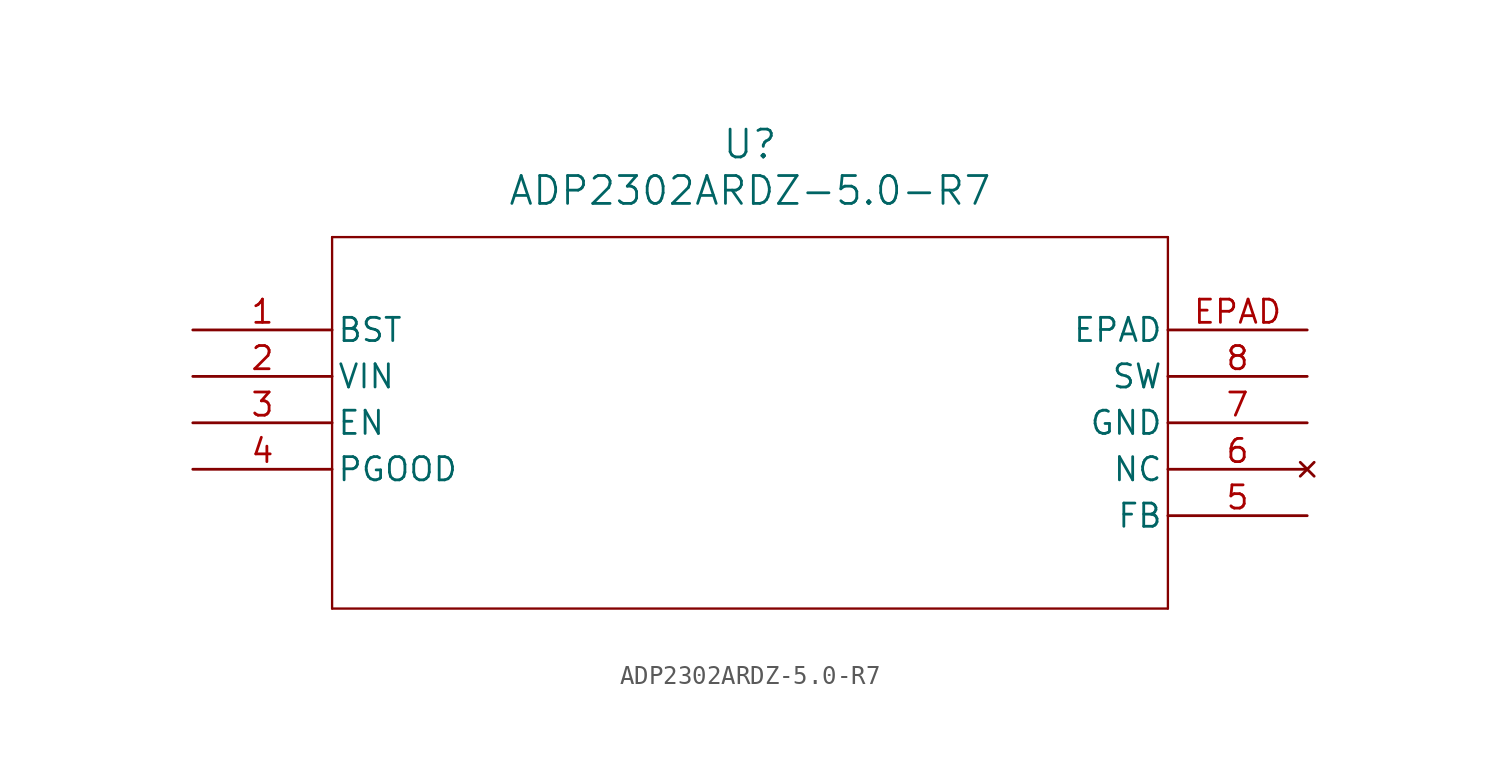
<source format=kicad_sym>
(kicad_symbol_lib
  (version 20211014)
  (generator kicad_symbol_editor)
  (symbol "ADP2302ARDZ-5.0-R7"
    (pin_names
      (offset 0.254))
    (property "Reference" "U"
      (at 30.48 10.16 0)
      (effects (font (size 1.524 1.524))))
    (property "Value" "ADP2302ARDZ-5.0-R7"
      (at 30.48 7.62 0)
      (effects (font (size 1.524 1.524))))
    (symbol "ADP2302ARDZ-5.0-R7_0_1"
      (polyline (pts (xy 7.62 5.08) (xy 7.62 -15.24)) (stroke (width 0.127) (type default) (color 0 0 0 0)) (fill (type none)))
      (polyline (pts (xy 7.62 -15.24) (xy 53.34 -15.24)) (stroke (width 0.127) (type default) (color 0 0 0 0)) (fill (type none)))
      (polyline (pts (xy 53.34 -15.24) (xy 53.34 5.08)) (stroke (width 0.127) (type default) (color 0 0 0 0)) (fill (type none)))
      (polyline (pts (xy 53.34 5.08) (xy 7.62 5.08)) (stroke (width 0.127) (type default) (color 0 0 0 0)) (fill (type none)))
      (pin unspecified line (at 0 0 0) (length 7.62) (name "BST" (effects (font (size 1.27 1.27)))) (number "1" (effects (font (size 1.27 1.27)))))
      (pin input line (at 0 -2.54 0) (length 7.62) (name "VIN" (effects (font (size 1.27 1.27)))) (number "2" (effects (font (size 1.27 1.27)))))
      (pin output line (at 0 -5.08 0) (length 7.62) (name "EN" (effects (font (size 1.27 1.27)))) (number "3" (effects (font (size 1.27 1.27)))))
      (pin output line (at 0 -7.62 0) (length 7.62) (name "PGOOD" (effects (font (size 1.27 1.27)))) (number "4" (effects (font (size 1.27 1.27)))))
      (pin input line (at 60.96 -10.16 180) (length 7.62) (name "FB" (effects (font (size 1.27 1.27)))) (number "5" (effects (font (size 1.27 1.27)))))
      (pin no_connect line (at 60.96 -7.62 180) (length 7.62) (name "NC" (effects (font (size 1.27 1.27)))) (number "6" (effects (font (size 1.27 1.27)))))
      (pin power_in line (at 60.96 -5.08 180) (length 7.62) (name "GND" (effects (font (size 1.27 1.27)))) (number "7" (effects (font (size 1.27 1.27)))))
      (pin output line (at 60.96 -2.54 180) (length 7.62) (name "SW" (effects (font (size 1.27 1.27)))) (number "8" (effects (font (size 1.27 1.27)))))
      (pin unspecified line (at 60.96 0 180) (length 7.62) (name "EPAD" (effects (font (size 1.27 1.27)))) (number "EPAD" (effects (font (size 1.27 1.27))))))))
</source>
